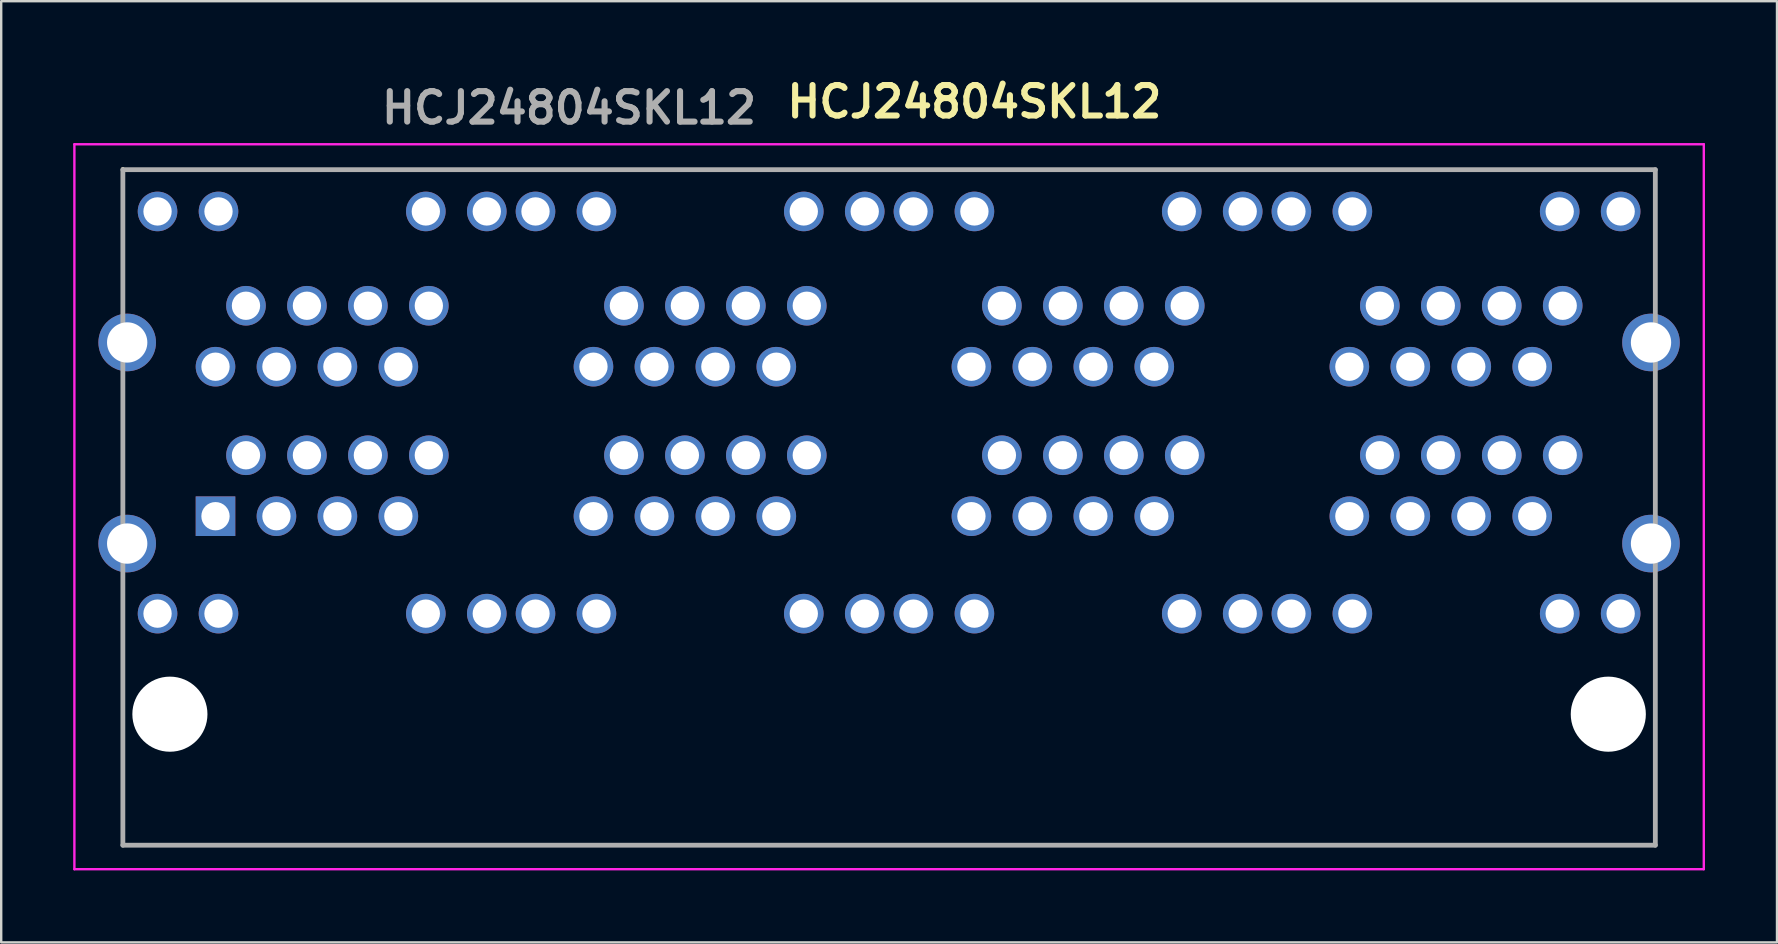
<source format=kicad_pcb>
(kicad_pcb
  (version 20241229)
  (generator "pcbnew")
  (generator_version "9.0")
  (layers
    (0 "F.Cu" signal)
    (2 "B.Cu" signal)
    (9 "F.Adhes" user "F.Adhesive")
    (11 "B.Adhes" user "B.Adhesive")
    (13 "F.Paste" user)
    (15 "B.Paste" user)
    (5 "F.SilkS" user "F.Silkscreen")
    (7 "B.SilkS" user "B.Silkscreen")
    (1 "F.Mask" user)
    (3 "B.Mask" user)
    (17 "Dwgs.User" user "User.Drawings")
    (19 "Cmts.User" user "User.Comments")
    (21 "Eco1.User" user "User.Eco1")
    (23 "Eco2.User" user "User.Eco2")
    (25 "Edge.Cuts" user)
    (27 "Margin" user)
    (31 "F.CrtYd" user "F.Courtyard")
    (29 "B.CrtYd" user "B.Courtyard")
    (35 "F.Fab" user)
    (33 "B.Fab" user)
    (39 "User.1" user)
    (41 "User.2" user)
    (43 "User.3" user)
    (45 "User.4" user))
  (footprint "HCJ24804SKL12"
    (layer "F.Cu")
    (at 33.999 16.683)
    (property "Reference" "HCJ24804SKL12" (at 3.554 -15.494 0) (layer "F.SilkS") (effects (font (size 1.27 1.27) (thickness 0.254))))
    (attr through_hole)
    (fp_line (start -31.929 -12.722) (end -31.929 -12.722) (stroke (width 0.1) (type solid)) (layer "F.SilkS"))
    (fp_line (start -31.929 -12.722) (end -31.929 -7.972) (stroke (width 0.1) (type solid)) (layer "F.SilkS"))
    (fp_line (start -31.929 -12.662) (end -31.929 -12.662) (stroke (width 0.1) (type solid)) (layer "F.SilkS"))
    (fp_line (start -31.929 -12.662) (end 31.931 -12.662) (stroke (width 0.1) (type solid)) (layer "F.SilkS"))
    (fp_line (start -31.929 -7.972) (end -31.929 -12.722) (stroke (width 0.1) (type solid)) (layer "F.SilkS"))
    (fp_line (start -31.929 -7.972) (end -31.929 -7.972) (stroke (width 0.1) (type solid)) (layer "F.SilkS"))
    (fp_line (start -31.929 -3.472) (end -31.929 -3.472) (stroke (width 0.1) (type solid)) (layer "F.SilkS"))
    (fp_line (start -31.929 -3.472) (end -31.929 1.028) (stroke (width 0.1) (type solid)) (layer "F.SilkS"))
    (fp_line (start -31.929 1.028) (end -31.929 -3.472) (stroke (width 0.1) (type solid)) (layer "F.SilkS"))
    (fp_line (start -31.929 1.028) (end -31.929 1.028) (stroke (width 0.1) (type solid)) (layer "F.SilkS"))
    (fp_line (start -31.929 5.028) (end -31.929 5.028) (stroke (width 0.1) (type solid)) (layer "F.SilkS"))
    (fp_line (start -31.929 5.028) (end -31.929 8.278) (stroke (width 0.1) (type solid)) (layer "F.SilkS"))
    (fp_line (start -31.929 8.278) (end -31.929 5.028) (stroke (width 0.1) (type solid)) (layer "F.SilkS"))
    (fp_line (start -31.929 8.278) (end -31.929 8.278) (stroke (width 0.1) (type solid)) (layer "F.SilkS"))
    (fp_line (start -31.929 12.278) (end -31.929 12.278) (stroke (width 0.1) (type solid)) (layer "F.SilkS"))
    (fp_line (start -31.929 12.278) (end -31.929 15.488) (stroke (width 0.1) (type solid)) (layer "F.SilkS"))
    (fp_line (start -31.929 15.488) (end -31.929 12.278) (stroke (width 0.1) (type solid)) (layer "F.SilkS"))
    (fp_line (start -31.929 15.488) (end -31.929 15.488) (stroke (width 0.1) (type solid)) (layer "F.SilkS"))
    (fp_line (start -31.929 15.488) (end -31.929 15.488) (stroke (width 0.1) (type solid)) (layer "F.SilkS"))
    (fp_line (start -31.929 15.488) (end 31.931 15.488) (stroke (width 0.1) (type solid)) (layer "F.SilkS"))
    (fp_line (start 31.931 -12.662) (end -31.929 -12.662) (stroke (width 0.1) (type solid)) (layer "F.SilkS"))
    (fp_line (start 31.931 -12.662) (end 31.931 -12.662) (stroke (width 0.1) (type solid)) (layer "F.SilkS"))
    (fp_line (start 31.931 -12.662) (end 31.931 -12.662) (stroke (width 0.1) (type solid)) (layer "F.SilkS"))
    (fp_line (start 31.931 -12.662) (end 31.931 -7.472) (stroke (width 0.1) (type solid)) (layer "F.SilkS"))
    (fp_line (start 31.931 -7.472) (end 31.931 -12.662) (stroke (width 0.1) (type solid)) (layer "F.SilkS"))
    (fp_line (start 31.931 -7.472) (end 31.931 -7.472) (stroke (width 0.1) (type solid)) (layer "F.SilkS"))
    (fp_line (start 31.931 -3.472) (end 31.931 -3.472) (stroke (width 0.1) (type solid)) (layer "F.SilkS"))
    (fp_line (start 31.931 -3.472) (end 31.931 0.778) (stroke (width 0.1) (type solid)) (layer "F.SilkS"))
    (fp_line (start 31.931 0.778) (end 31.931 -3.472) (stroke (width 0.1) (type solid)) (layer "F.SilkS"))
    (fp_line (start 31.931 0.778) (end 31.931 0.778) (stroke (width 0.1) (type solid)) (layer "F.SilkS"))
    (fp_line (start 31.931 4.778) (end 31.931 4.778) (stroke (width 0.1) (type solid)) (layer "F.SilkS"))
    (fp_line (start 31.931 4.778) (end 31.931 8.278) (stroke (width 0.1) (type solid)) (layer "F.SilkS"))
    (fp_line (start 31.931 8.278) (end 31.931 4.778) (stroke (width 0.1) (type solid)) (layer "F.SilkS"))
    (fp_line (start 31.931 8.278) (end 31.931 8.278) (stroke (width 0.1) (type solid)) (layer "F.SilkS"))
    (fp_line (start 31.931 12.028) (end 31.931 12.028) (stroke (width 0.1) (type solid)) (layer "F.SilkS"))
    (fp_line (start 31.931 12.028) (end 31.931 15.488) (stroke (width 0.1) (type solid)) (layer "F.SilkS"))
    (fp_line (start 31.931 15.488) (end -31.929 15.488) (stroke (width 0.1) (type solid)) (layer "F.SilkS"))
    (fp_line (start 31.931 15.488) (end 31.931 12.028) (stroke (width 0.1) (type solid)) (layer "F.SilkS"))
    (fp_line (start 31.931 15.488) (end 31.931 15.488) (stroke (width 0.1) (type solid)) (layer "F.SilkS"))
    (fp_line (start 31.931 15.488) (end 31.931 15.488) (stroke (width 0.1) (type solid)) (layer "F.SilkS"))
    (fp_line (start -33.949 -13.722) (end 33.951 -13.722) (stroke (width 0.1) (type solid)) (layer "F.CrtYd"))
    (fp_line (start -33.949 16.488) (end -33.949 -13.722) (stroke (width 0.1) (type solid)) (layer "F.CrtYd"))
    (fp_line (start 33.951 -13.722) (end 33.951 16.488) (stroke (width 0.1) (type solid)) (layer "F.CrtYd"))
    (fp_line (start 33.951 16.488) (end -33.949 16.488) (stroke (width 0.1) (type solid)) (layer "F.CrtYd"))
    (fp_line (start -31.929 -12.662) (end -31.929 15.488) (stroke (width 0.2) (type solid)) (layer "F.Fab"))
    (fp_line (start -31.929 15.488) (end 31.931 15.488) (stroke (width 0.2) (type solid)) (layer "F.Fab"))
    (fp_line (start 31.931 -12.662) (end -31.929 -12.662) (stroke (width 0.2) (type solid)) (layer "F.Fab"))
    (fp_line (start 31.931 15.488) (end 31.931 -12.662) (stroke (width 0.2) (type solid)) (layer "F.Fab"))
    (fp_text user "${REFERENCE}" (at -13.337 -15.24 0) (layer "F.Fab") (effects (font (size 1.27 1.27) (thickness 0.254))))
    (pad "" np_thru_hole circle (at -29.969 10.028) (size 3.13 3.13) (drill 3.13) (layers "*.Cu" "*.Mask"))
    (pad "" np_thru_hole circle (at 29.971 10.028) (size 3.13 3.13) (drill 3.13) (layers "*.Cu" "*.Mask"))
    (pad "A1" thru_hole rect (at -28.069 1.778) (size 1.65 1.65) (drill 1.18) (layers "*.Cu" "*.Mask"))
    (pad "A2" thru_hole circle (at -26.799 -0.762) (size 1.65 1.65) (drill 1.18) (layers "*.Cu" "*.Mask"))
    (pad "A3" thru_hole circle (at -25.529 1.778) (size 1.65 1.65) (drill 1.18) (layers "*.Cu" "*.Mask"))
    (pad "A4" thru_hole circle (at -24.259 -0.762) (size 1.65 1.65) (drill 1.18) (layers "*.Cu" "*.Mask"))
    (pad "A5" thru_hole circle (at -22.989 1.778) (size 1.65 1.65) (drill 1.18) (layers "*.Cu" "*.Mask"))
    (pad "A6" thru_hole circle (at -21.719 -0.762) (size 1.65 1.65) (drill 1.18) (layers "*.Cu" "*.Mask"))
    (pad "A7" thru_hole circle (at -20.449 1.778) (size 1.65 1.65) (drill 1.18) (layers "*.Cu" "*.Mask"))
    (pad "A8" thru_hole circle (at -19.179 -0.762) (size 1.65 1.65) (drill 1.18) (layers "*.Cu" "*.Mask"))
    (pad "A9" thru_hole circle (at -16.764 5.838) (size 1.65 1.65) (drill 1.18) (layers "*.Cu" "*.Mask"))
    (pad "A10" thru_hole circle (at -19.304 5.838) (size 1.65 1.65) (drill 1.18) (layers "*.Cu" "*.Mask"))
    (pad "A11" thru_hole circle (at -27.944 5.838) (size 1.65 1.65) (drill 1.18) (layers "*.Cu" "*.Mask"))
    (pad "A12" thru_hole circle (at -30.484 5.838) (size 1.65 1.65) (drill 1.18) (layers "*.Cu" "*.Mask"))
    (pad "B1" thru_hole circle (at -19.179 -6.992) (size 1.65 1.65) (drill 1.18) (layers "*.Cu" "*.Mask"))
    (pad "B2" thru_hole circle (at -20.449 -4.452) (size 1.65 1.65) (drill 1.18) (layers "*.Cu" "*.Mask"))
    (pad "B3" thru_hole circle (at -21.719 -6.992) (size 1.65 1.65) (drill 1.18) (layers "*.Cu" "*.Mask"))
    (pad "B4" thru_hole circle (at -22.989 -4.452) (size 1.65 1.65) (drill 1.18) (layers "*.Cu" "*.Mask"))
    (pad "B5" thru_hole circle (at -24.259 -6.992) (size 1.65 1.65) (drill 1.18) (layers "*.Cu" "*.Mask"))
    (pad "B6" thru_hole circle (at -25.529 -4.452) (size 1.65 1.65) (drill 1.18) (layers "*.Cu" "*.Mask"))
    (pad "B7" thru_hole circle (at -26.799 -6.992) (size 1.65 1.65) (drill 1.18) (layers "*.Cu" "*.Mask"))
    (pad "B8" thru_hole circle (at -28.069 -4.452) (size 1.65 1.65) (drill 1.18) (layers "*.Cu" "*.Mask"))
    (pad "B9" thru_hole circle (at -30.484 -10.922) (size 1.65 1.65) (drill 1.18) (layers "*.Cu" "*.Mask"))
    (pad "B10" thru_hole circle (at -27.944 -10.922) (size 1.65 1.65) (drill 1.18) (layers "*.Cu" "*.Mask"))
    (pad "B11" thru_hole circle (at -19.304 -10.922) (size 1.65 1.65) (drill 1.18) (layers "*.Cu" "*.Mask"))
    (pad "B12" thru_hole circle (at -16.764 -10.922) (size 1.65 1.65) (drill 1.18) (layers "*.Cu" "*.Mask"))
    (pad "C1" thru_hole circle (at -12.319 1.778) (size 1.65 1.65) (drill 1.18) (layers "*.Cu" "*.Mask"))
    (pad "C2" thru_hole circle (at -11.049 -0.762) (size 1.65 1.65) (drill 1.18) (layers "*.Cu" "*.Mask"))
    (pad "C3" thru_hole circle (at -9.779 1.778) (size 1.65 1.65) (drill 1.18) (layers "*.Cu" "*.Mask"))
    (pad "C4" thru_hole circle (at -8.509 -0.762) (size 1.65 1.65) (drill 1.18) (layers "*.Cu" "*.Mask"))
    (pad "C5" thru_hole circle (at -7.239 1.778) (size 1.65 1.65) (drill 1.18) (layers "*.Cu" "*.Mask"))
    (pad "C6" thru_hole circle (at -5.969 -0.762) (size 1.65 1.65) (drill 1.18) (layers "*.Cu" "*.Mask"))
    (pad "C7" thru_hole circle (at -4.699 1.778) (size 1.65 1.65) (drill 1.18) (layers "*.Cu" "*.Mask"))
    (pad "C8" thru_hole circle (at -3.429 -0.762) (size 1.65 1.65) (drill 1.18) (layers "*.Cu" "*.Mask"))
    (pad "C9" thru_hole circle (at -1.014 5.838) (size 1.65 1.65) (drill 1.18) (layers "*.Cu" "*.Mask"))
    (pad "C10" thru_hole circle (at -3.554 5.838) (size 1.65 1.65) (drill 1.18) (layers "*.Cu" "*.Mask"))
    (pad "C11" thru_hole circle (at -12.194 5.838) (size 1.65 1.65) (drill 1.18) (layers "*.Cu" "*.Mask"))
    (pad "C12" thru_hole circle (at -14.734 5.838) (size 1.65 1.65) (drill 1.18) (layers "*.Cu" "*.Mask"))
    (pad "D1" thru_hole circle (at -3.429 -6.992) (size 1.65 1.65) (drill 1.18) (layers "*.Cu" "*.Mask"))
    (pad "D2" thru_hole circle (at -4.699 -4.452) (size 1.65 1.65) (drill 1.18) (layers "*.Cu" "*.Mask"))
    (pad "D3" thru_hole circle (at -5.969 -6.992) (size 1.65 1.65) (drill 1.18) (layers "*.Cu" "*.Mask"))
    (pad "D4" thru_hole circle (at -7.239 -4.452) (size 1.65 1.65) (drill 1.18) (layers "*.Cu" "*.Mask"))
    (pad "D5" thru_hole circle (at -8.509 -6.992) (size 1.65 1.65) (drill 1.18) (layers "*.Cu" "*.Mask"))
    (pad "D6" thru_hole circle (at -9.779 -4.452) (size 1.65 1.65) (drill 1.18) (layers "*.Cu" "*.Mask"))
    (pad "D7" thru_hole circle (at -11.049 -6.992) (size 1.65 1.65) (drill 1.18) (layers "*.Cu" "*.Mask"))
    (pad "D8" thru_hole circle (at -12.319 -4.452) (size 1.65 1.65) (drill 1.18) (layers "*.Cu" "*.Mask"))
    (pad "D9" thru_hole circle (at -14.734 -10.922) (size 1.65 1.65) (drill 1.18) (layers "*.Cu" "*.Mask"))
    (pad "D10" thru_hole circle (at -12.194 -10.922) (size 1.65 1.65) (drill 1.18) (layers "*.Cu" "*.Mask"))
    (pad "D11" thru_hole circle (at -3.554 -10.922) (size 1.65 1.65) (drill 1.18) (layers "*.Cu" "*.Mask"))
    (pad "D12" thru_hole circle (at -1.014 -10.922) (size 1.65 1.65) (drill 1.18) (layers "*.Cu" "*.Mask"))
    (pad "E1" thru_hole circle (at 3.431 1.778) (size 1.65 1.65) (drill 1.18) (layers "*.Cu" "*.Mask"))
    (pad "E2" thru_hole circle (at 4.701 -0.762) (size 1.65 1.65) (drill 1.18) (layers "*.Cu" "*.Mask"))
    (pad "E3" thru_hole circle (at 5.971 1.778) (size 1.65 1.65) (drill 1.18) (layers "*.Cu" "*.Mask"))
    (pad "E4" thru_hole circle (at 7.241 -0.762) (size 1.65 1.65) (drill 1.18) (layers "*.Cu" "*.Mask"))
    (pad "E5" thru_hole circle (at 8.511 1.778) (size 1.65 1.65) (drill 1.18) (layers "*.Cu" "*.Mask"))
    (pad "E6" thru_hole circle (at 9.781 -0.762) (size 1.65 1.65) (drill 1.18) (layers "*.Cu" "*.Mask"))
    (pad "E7" thru_hole circle (at 11.051 1.778) (size 1.65 1.65) (drill 1.18) (layers "*.Cu" "*.Mask"))
    (pad "E8" thru_hole circle (at 12.321 -0.762) (size 1.65 1.65) (drill 1.18) (layers "*.Cu" "*.Mask"))
    (pad "E9" thru_hole circle (at 3.556 5.838) (size 1.65 1.65) (drill 1.18) (layers "*.Cu" "*.Mask"))
    (pad "E10" thru_hole circle (at 1.016 5.838) (size 1.65 1.65) (drill 1.18) (layers "*.Cu" "*.Mask"))
    (pad "E11" thru_hole circle (at 12.196 5.838) (size 1.65 1.65) (drill 1.18) (layers "*.Cu" "*.Mask"))
    (pad "E12" thru_hole circle (at 14.736 5.838) (size 1.65 1.65) (drill 1.18) (layers "*.Cu" "*.Mask"))
    (pad "F1" thru_hole circle (at 12.321 -6.992) (size 1.65 1.65) (drill 1.18) (layers "*.Cu" "*.Mask"))
    (pad "F2" thru_hole circle (at 11.051 -4.452) (size 1.65 1.65) (drill 1.18) (layers "*.Cu" "*.Mask"))
    (pad "F3" thru_hole circle (at 9.781 -6.992) (size 1.65 1.65) (drill 1.18) (layers "*.Cu" "*.Mask"))
    (pad "F4" thru_hole circle (at 8.511 -4.452) (size 1.65 1.65) (drill 1.18) (layers "*.Cu" "*.Mask"))
    (pad "F5" thru_hole circle (at 7.241 -6.992) (size 1.65 1.65) (drill 1.18) (layers "*.Cu" "*.Mask"))
    (pad "F6" thru_hole circle (at 5.971 -4.452) (size 1.65 1.65) (drill 1.18) (layers "*.Cu" "*.Mask"))
    (pad "F7" thru_hole circle (at 4.701 -6.992) (size 1.65 1.65) (drill 1.18) (layers "*.Cu" "*.Mask"))
    (pad "F8" thru_hole circle (at 3.431 -4.452) (size 1.65 1.65) (drill 1.18) (layers "*.Cu" "*.Mask"))
    (pad "F9" thru_hole circle (at 1.016 -10.922) (size 1.65 1.65) (drill 1.18) (layers "*.Cu" "*.Mask"))
    (pad "F10" thru_hole circle (at 3.556 -10.922) (size 1.65 1.65) (drill 1.18) (layers "*.Cu" "*.Mask"))
    (pad "F11" thru_hole circle (at 12.196 -10.922) (size 1.65 1.65) (drill 1.18) (layers "*.Cu" "*.Mask"))
    (pad "F12" thru_hole circle (at 14.736 -10.922) (size 1.65 1.65) (drill 1.18) (layers "*.Cu" "*.Mask"))
    (pad "G1" thru_hole circle (at 19.181 1.778) (size 1.65 1.65) (drill 1.18) (layers "*.Cu" "*.Mask"))
    (pad "G2" thru_hole circle (at 20.451 -0.762) (size 1.65 1.65) (drill 1.18) (layers "*.Cu" "*.Mask"))
    (pad "G3" thru_hole circle (at 21.721 1.778) (size 1.65 1.65) (drill 1.18) (layers "*.Cu" "*.Mask"))
    (pad "G4" thru_hole circle (at 22.991 -0.762) (size 1.65 1.65) (drill 1.18) (layers "*.Cu" "*.Mask"))
    (pad "G5" thru_hole circle (at 24.261 1.778) (size 1.65 1.65) (drill 1.18) (layers "*.Cu" "*.Mask"))
    (pad "G6" thru_hole circle (at 25.531 -0.762) (size 1.65 1.65) (drill 1.18) (layers "*.Cu" "*.Mask"))
    (pad "G7" thru_hole circle (at 26.801 1.778) (size 1.65 1.65) (drill 1.18) (layers "*.Cu" "*.Mask"))
    (pad "G8" thru_hole circle (at 28.071 -0.762) (size 1.65 1.65) (drill 1.18) (layers "*.Cu" "*.Mask"))
    (pad "G9" thru_hole circle (at 30.486 5.838) (size 1.65 1.65) (drill 1.18) (layers "*.Cu" "*.Mask"))
    (pad "G10" thru_hole circle (at 27.946 5.838) (size 1.65 1.65) (drill 1.18) (layers "*.Cu" "*.Mask"))
    (pad "G11" thru_hole circle (at 19.306 5.838) (size 1.65 1.65) (drill 1.18) (layers "*.Cu" "*.Mask"))
    (pad "G12" thru_hole circle (at 16.766 5.838) (size 1.65 1.65) (drill 1.18) (layers "*.Cu" "*.Mask"))
    (pad "H1" thru_hole circle (at 28.071 -6.992) (size 1.65 1.65) (drill 1.18) (layers "*.Cu" "*.Mask"))
    (pad "H2" thru_hole circle (at 26.801 -4.452) (size 1.65 1.65) (drill 1.18) (layers "*.Cu" "*.Mask"))
    (pad "H3" thru_hole circle (at 25.531 -6.992) (size 1.65 1.65) (drill 1.18) (layers "*.Cu" "*.Mask"))
    (pad "H4" thru_hole circle (at 24.261 -4.452) (size 1.65 1.65) (drill 1.18) (layers "*.Cu" "*.Mask"))
    (pad "H5" thru_hole circle (at 22.991 -6.992) (size 1.65 1.65) (drill 1.18) (layers "*.Cu" "*.Mask"))
    (pad "H6" thru_hole circle (at 21.721 -4.452) (size 1.65 1.65) (drill 1.18) (layers "*.Cu" "*.Mask"))
    (pad "H7" thru_hole circle (at 20.451 -6.992) (size 1.65 1.65) (drill 1.18) (layers "*.Cu" "*.Mask"))
    (pad "H8" thru_hole circle (at 19.181 -4.452) (size 1.65 1.65) (drill 1.18) (layers "*.Cu" "*.Mask"))
    (pad "H9" thru_hole circle (at 16.766 -10.922) (size 1.65 1.65) (drill 1.18) (layers "*.Cu" "*.Mask"))
    (pad "H10" thru_hole circle (at 19.306 -10.922) (size 1.65 1.65) (drill 1.18) (layers "*.Cu" "*.Mask"))
    (pad "H11" thru_hole circle (at 27.946 -10.922) (size 1.65 1.65) (drill 1.18) (layers "*.Cu" "*.Mask"))
    (pad "H12" thru_hole circle (at 30.486 -10.922) (size 1.65 1.65) (drill 1.18) (layers "*.Cu" "*.Mask"))
    (pad "MH1" thru_hole circle (at -31.749 2.918) (size 2.4 2.4) (drill 1.68) (layers "*.Cu" "*.Mask"))
    (pad "MH2" thru_hole circle (at -31.749 -5.462) (size 2.4 2.4) (drill 1.68) (layers "*.Cu" "*.Mask"))
    (pad "MH3" thru_hole circle (at 31.751 2.918) (size 2.4 2.4) (drill 1.68) (layers "*.Cu" "*.Mask"))
    (pad "MH4" thru_hole circle (at 31.751 -5.462) (size 2.4 2.4) (drill 1.68) (layers "*.Cu" "*.Mask")))
  (gr_rect
    (start -3 -3)
    (end 71 36.221)
    (stroke (width 0.1) (type default))
    (fill no)
    (layer "Edge.Cuts")))
</source>
